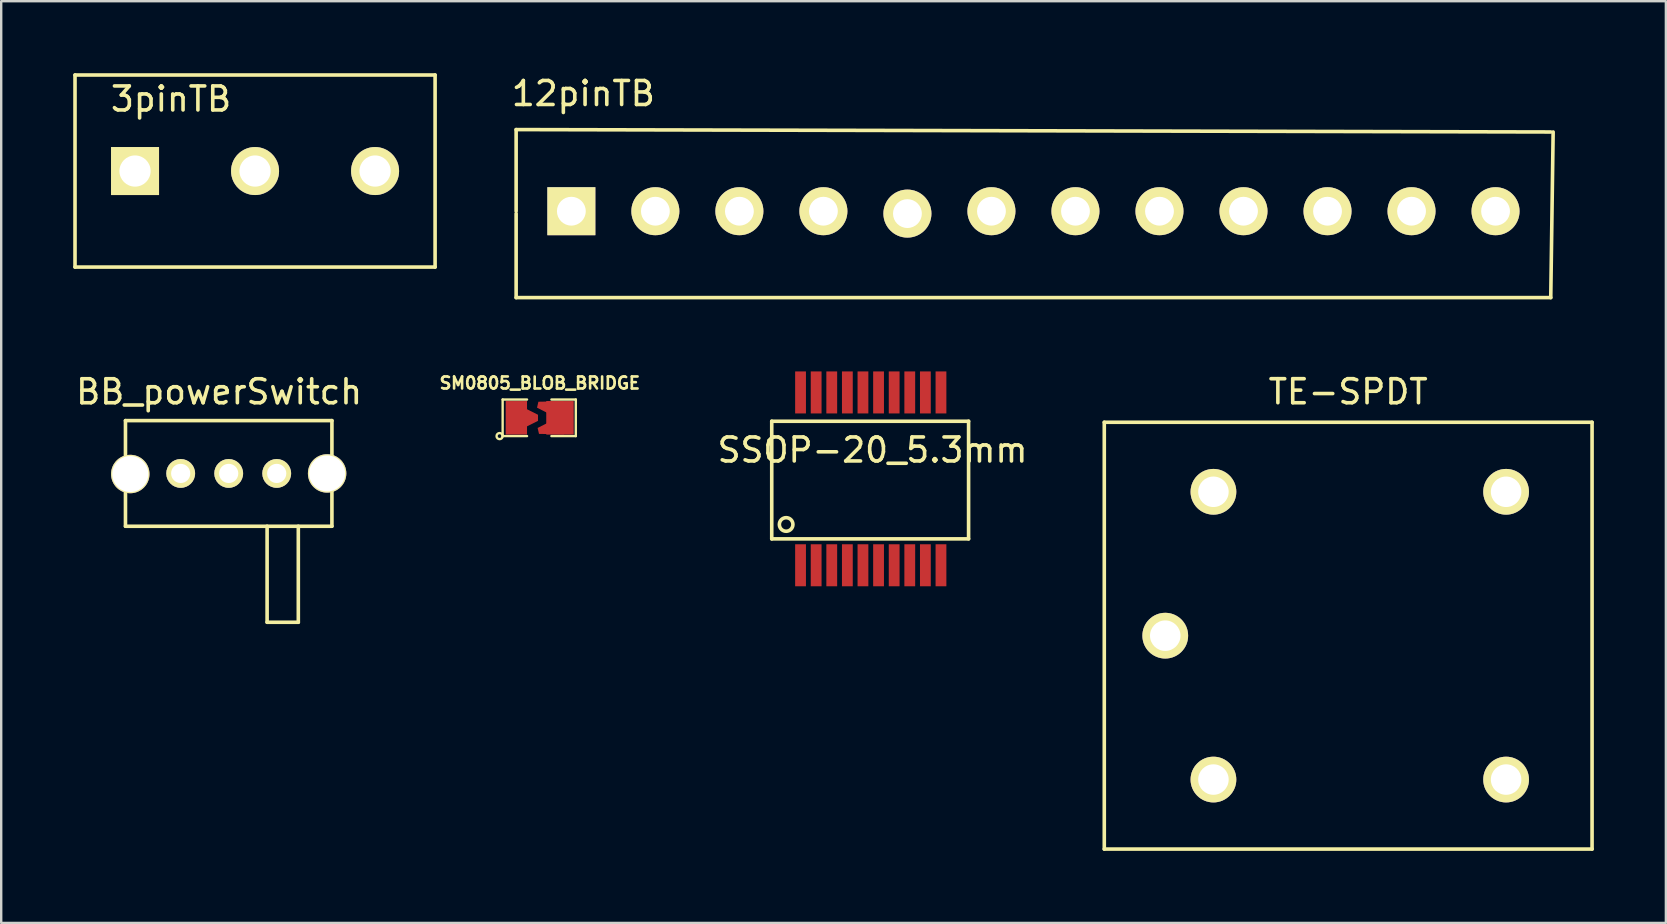
<source format=kicad_pcb>
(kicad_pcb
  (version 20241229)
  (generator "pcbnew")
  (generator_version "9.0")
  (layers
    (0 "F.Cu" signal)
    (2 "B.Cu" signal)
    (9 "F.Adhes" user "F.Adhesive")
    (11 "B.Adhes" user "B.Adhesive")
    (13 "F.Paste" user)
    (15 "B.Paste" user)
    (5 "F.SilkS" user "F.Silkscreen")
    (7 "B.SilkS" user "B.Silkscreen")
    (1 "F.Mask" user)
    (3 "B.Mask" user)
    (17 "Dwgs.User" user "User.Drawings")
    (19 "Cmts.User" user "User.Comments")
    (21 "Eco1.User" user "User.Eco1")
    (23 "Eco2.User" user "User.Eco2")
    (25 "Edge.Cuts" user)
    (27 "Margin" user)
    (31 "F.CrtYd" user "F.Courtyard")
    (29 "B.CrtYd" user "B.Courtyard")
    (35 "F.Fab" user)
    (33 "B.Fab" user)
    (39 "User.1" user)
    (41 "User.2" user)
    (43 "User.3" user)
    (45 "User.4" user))
  (footprint "BB_powerSwitch"
    (layer "F.Cu")
    (at 2.377 16.672)
    (property "Reference" "BB_powerSwitch" (at 3.7 -3.4 0) (layer "F.SilkS") (effects (font (size 1 1) (thickness 0.15))))
    (attr through_hole)
    (fp_line (start -0.2 -2.2) (end -0.2 2.2) (stroke (width 0.15) (type solid)) (layer "F.SilkS"))
    (fp_line (start -0.2 2.2) (end 8.4 2.2) (stroke (width 0.15) (type solid)) (layer "F.SilkS"))
    (fp_line (start 5.7 6.2) (end 5.7 2.2) (stroke (width 0.15) (type solid)) (layer "F.SilkS"))
    (fp_line (start 7 2.2) (end 7 6.2) (stroke (width 0.15) (type solid)) (layer "F.SilkS"))
    (fp_line (start 7 6.2) (end 5.7 6.2) (stroke (width 0.15) (type solid)) (layer "F.SilkS"))
    (fp_line (start 8.4 -2.2) (end -0.2 -2.2) (stroke (width 0.15) (type solid)) (layer "F.SilkS"))
    (fp_line (start 8.4 2.2) (end 8.4 -2.2) (stroke (width 0.15) (type solid)) (layer "F.SilkS"))
    (pad "" np_thru_hole circle (at 0 0.025) (size 1.6 1.6) (drill 1.5) (layers "*.Cu" "*.Mask" "F.SilkS"))
    (pad "" np_thru_hole circle (at 8.2 0) (size 1.6 1.6) (drill 1.5) (layers "*.Cu" "*.Mask" "F.SilkS"))
    (pad "1" thru_hole circle (at 2.1 0) (size 1.2 1.2) (drill 0.8) (layers "*.Cu" "*.Mask" "F.SilkS"))
    (pad "2" thru_hole circle (at 4.1 0) (size 1.2 1.2) (drill 0.8) (layers "*.Cu" "*.Mask" "F.SilkS"))
    (pad "3" thru_hole circle (at 6.1 0) (size 1.2 1.2) (drill 0.8) (layers "*.Cu" "*.Mask" "F.SilkS")))
  (footprint "SSOP-20_5.3mm"
    (layer "F.Cu")
    (at 30.299 20.498)
    (property "Reference" "SSOP-20_5.3mm" (at 3 -4.8 0) (layer "F.SilkS") (effects (font (size 1 1) (thickness 0.15))))
    (attr through_hole)
    (fp_line (start -1.2 -6) (end -1.2 -1.1) (stroke (width 0.15) (type solid)) (layer "F.SilkS"))
    (fp_line (start -1.2 -1.1) (end 7 -1.1) (stroke (width 0.15) (type solid)) (layer "F.SilkS"))
    (fp_line (start 7 -6) (end -1.2 -6) (stroke (width 0.15) (type solid)) (layer "F.SilkS"))
    (fp_line (start 7 -1.1) (end 7 -6) (stroke (width 0.15) (type solid)) (layer "F.SilkS"))
    (fp_circle (center -0.6 -1.7) (end -0.4 -1.5) (stroke (width 0.15) (type solid)) (fill no) (layer "F.SilkS"))
    (pad "1" smd rect (at 0 0) (size 0.45 1.75) (layers "F.Cu" "F.Mask" "F.Paste"))
    (pad "2" smd rect (at 0.65 0) (size 0.45 1.75) (layers "F.Cu" "F.Mask" "F.Paste"))
    (pad "3" smd rect (at 1.3 0) (size 0.45 1.75) (layers "F.Cu" "F.Mask" "F.Paste"))
    (pad "4" smd rect (at 1.95 0) (size 0.45 1.75) (layers "F.Cu" "F.Mask" "F.Paste"))
    (pad "5" smd rect (at 2.6 0) (size 0.45 1.75) (layers "F.Cu" "F.Mask" "F.Paste"))
    (pad "6" smd rect (at 3.25 0) (size 0.45 1.75) (layers "F.Cu" "F.Mask" "F.Paste"))
    (pad "7" smd rect (at 3.9 0) (size 0.45 1.75) (layers "F.Cu" "F.Mask" "F.Paste"))
    (pad "8" smd rect (at 4.55 0) (size 0.45 1.75) (layers "F.Cu" "F.Mask" "F.Paste"))
    (pad "9" smd rect (at 5.2 0) (size 0.45 1.75) (layers "F.Cu" "F.Mask" "F.Paste"))
    (pad "10" smd rect (at 5.85 0) (size 0.45 1.75) (layers "F.Cu" "F.Mask" "F.Paste"))
    (pad "11" smd rect (at 5.85 -7.2) (size 0.45 1.75) (layers "F.Cu" "F.Mask" "F.Paste"))
    (pad "12" smd rect (at 5.2 -7.2) (size 0.45 1.75) (layers "F.Cu" "F.Mask" "F.Paste"))
    (pad "13" smd rect (at 4.55 -7.2) (size 0.45 1.75) (layers "F.Cu" "F.Mask" "F.Paste"))
    (pad "14" smd rect (at 3.9 -7.2) (size 0.45 1.75) (layers "F.Cu" "F.Mask" "F.Paste"))
    (pad "15" smd rect (at 3.25 -7.2) (size 0.45 1.75) (layers "F.Cu" "F.Mask" "F.Paste"))
    (pad "16" smd rect (at 2.6 -7.2) (size 0.45 1.75) (layers "F.Cu" "F.Mask" "F.Paste"))
    (pad "17" smd rect (at 1.95 -7.2) (size 0.45 1.75) (layers "F.Cu" "F.Mask" "F.Paste"))
    (pad "18" smd rect (at 1.3 -7.2) (size 0.45 1.75) (layers "F.Cu" "F.Mask" "F.Paste"))
    (pad "19" smd rect (at 0.65 -7.2) (size 0.45 1.75) (layers "F.Cu" "F.Mask" "F.Paste"))
    (pad "20" smd rect (at 0 -7.2) (size 0.45 1.75) (layers "F.Cu" "F.Mask" "F.Paste")))
  (footprint "12pinTB"
    (layer "F.Cu")
    (at 20.751 5.748)
    (property "Reference" "12pinTB" (at 0.5 -4.9 0) (layer "F.SilkS") (effects (font (size 1 1) (thickness 0.15))))
    (attr through_hole)
    (fp_line (start -2.3 -3.4) (end 40.8 -3.3) (stroke (width 0.15) (type solid)) (layer "F.SilkS"))
    (fp_line (start -2.3 0) (end -2.3 -3.4) (stroke (width 0.15) (type solid)) (layer "F.SilkS"))
    (fp_line (start -2.3 3.6) (end -2.3 0.1) (stroke (width 0.15) (type solid)) (layer "F.SilkS"))
    (fp_line (start 40.8 3.6) (end -2.3 3.6) (stroke (width 0.15) (type solid)) (layer "F.SilkS"))
    (fp_line (start 40.9 -3.3) (end 40.8 3.6) (stroke (width 0.15) (type solid)) (layer "F.SilkS"))
    (pad "1" thru_hole rect (at 0 0) (size 2 2) (drill 1.2) (layers "*.Cu" "*.Mask" "F.SilkS"))
    (pad "2" thru_hole circle (at 3.5 0) (size 2 2) (drill 1.2) (layers "*.Cu" "*.Mask" "F.SilkS"))
    (pad "3" thru_hole circle (at 7 0) (size 2 2) (drill 1.2) (layers "*.Cu" "*.Mask" "F.SilkS"))
    (pad "4" thru_hole circle (at 10.5 0) (size 2 2) (drill 1.2) (layers "*.Cu" "*.Mask" "F.SilkS"))
    (pad "5" thru_hole circle (at 14 0.1) (size 2 2) (drill 1.2) (layers "*.Cu" "*.Mask" "F.SilkS"))
    (pad "6" thru_hole circle (at 17.5 0) (size 2 2) (drill 1.2) (layers "*.Cu" "*.Mask" "F.SilkS"))
    (pad "7" thru_hole circle (at 21 0) (size 2 2) (drill 1.2) (layers "*.Cu" "*.Mask" "F.SilkS"))
    (pad "8" thru_hole circle (at 24.5 0) (size 2 2) (drill 1.2) (layers "*.Cu" "*.Mask" "F.SilkS"))
    (pad "9" thru_hole circle (at 28 0) (size 2 2) (drill 1.2) (layers "*.Cu" "*.Mask" "F.SilkS"))
    (pad "10" thru_hole circle (at 31.5 0) (size 2 2) (drill 1.2) (layers "*.Cu" "*.Mask" "F.SilkS"))
    (pad "11" thru_hole circle (at 35 0) (size 2 2) (drill 1.2) (layers "*.Cu" "*.Mask" "F.SilkS"))
    (pad "12" thru_hole circle (at 38.5 0) (size 2 2) (drill 1.2) (layers "*.Cu" "*.Mask" "F.SilkS")))
  (footprint "SM0805_BLOB_BRIDGE"
    (layer "F.Cu")
    (at 19.413 14.355)
    (property "Reference" "SM0805_BLOB_BRIDGE" (at 0.025 -1.448 0) (layer "F.SilkS") (effects (font (size 0.5 0.5) (thickness 0.109))))
    (attr smd)
    (fp_line (start -1.524 -0.762) (end -0.508 -0.762) (stroke (width 0.099) (type solid)) (layer "F.SilkS"))
    (fp_line (start -1.524 0.762) (end -1.524 -0.762) (stroke (width 0.099) (type solid)) (layer "F.SilkS"))
    (fp_line (start -0.508 0.762) (end -1.524 0.762) (stroke (width 0.099) (type solid)) (layer "F.SilkS"))
    (fp_line (start 0.508 -0.762) (end 1.524 -0.762) (stroke (width 0.099) (type solid)) (layer "F.SilkS"))
    (fp_line (start 1.524 -0.762) (end 1.524 0.762) (stroke (width 0.099) (type solid)) (layer "F.SilkS"))
    (fp_line (start 1.524 0.762) (end 0.508 0.762) (stroke (width 0.099) (type solid)) (layer "F.SilkS"))
    (fp_circle (center -1.651 0.762) (end -1.651 0.635) (stroke (width 0.099) (type solid)) (fill no) (layer "F.SilkS"))
    (pad "1" smd rect (at -0.953 0) (size 0.889 1.397) (layers "F.Cu" "F.Mask" "F.Paste"))
    (pad "1" smd trapezoid (at -0.559 0) (size 1.016 0.762) (rect_delta 0.508 0) (layers "F.Cu" "F.Mask" "F.Paste"))
    (pad "2" smd trapezoid (at 0.432 -0.432 167) (size 1.016 0.508) (rect_delta 0.254 0) (layers "F.Cu" "F.Mask" "F.Paste"))
    (pad "2" smd trapezoid (at 0.457 0.432 193) (size 1.016 0.508) (rect_delta 0.254 0) (layers "F.Cu" "F.Mask" "F.Paste"))
    (pad "2" smd rect (at 0.864 0) (size 1.143 1.397) (layers "F.Cu" "F.Mask" "F.Paste")))
  (footprint "3pinTB"
    (layer "F.Cu")
    (at 2.575 4.075)
    (property "Reference" "3pinTB" (at 1.5 -3 0) (layer "F.SilkS") (effects (font (size 1 1) (thickness 0.15))))
    (attr through_hole)
    (fp_line (start -2.5 -4) (end 12.5 -4) (stroke (width 0.15) (type solid)) (layer "F.SilkS"))
    (fp_line (start -2.5 4) (end -2.5 -4) (stroke (width 0.15) (type solid)) (layer "F.SilkS"))
    (fp_line (start 12.5 -4) (end 12.5 4) (stroke (width 0.15) (type solid)) (layer "F.SilkS"))
    (fp_line (start 12.5 4) (end -2.5 4) (stroke (width 0.15) (type solid)) (layer "F.SilkS"))
    (pad "1" thru_hole rect (at 0 0) (size 2 2) (drill 1.3) (layers "*.Cu" "*.Mask" "F.SilkS"))
    (pad "2" thru_hole circle (at 5 0) (size 2 2) (drill 1.3) (layers "*.Cu" "*.Mask" "F.SilkS"))
    (pad "3" thru_hole circle (at 10 0) (size 2 2) (drill 1.3) (layers "*.Cu" "*.Mask" "F.SilkS")))
  (footprint "TE-SPDT"
    (layer "F.Cu")
    (at 45.492 23.431)
    (property "Reference" "TE-SPDT" (at 7.62 -10.16 0) (layer "F.SilkS") (effects (font (size 1 1) (thickness 0.15))))
    (attr through_hole)
    (fp_line (start -2.54 -8.89) (end -2.54 8.89) (stroke (width 0.15) (type solid)) (layer "F.SilkS"))
    (fp_line (start -2.54 8.89) (end 17.78 8.89) (stroke (width 0.15) (type solid)) (layer "F.SilkS"))
    (fp_line (start 17.78 -8.89) (end -2.54 -8.89) (stroke (width 0.15) (type solid)) (layer "F.SilkS"))
    (fp_line (start 17.78 8.89) (end 17.78 -8.89) (stroke (width 0.15) (type solid)) (layer "F.SilkS"))
    (pad "1" thru_hole circle (at 0 0) (size 1.905 1.905) (drill 1.27) (layers "*.Cu" "*.Mask" "F.SilkS"))
    (pad "2" thru_hole circle (at 2.007 -5.994) (size 1.905 1.905) (drill 1.27) (layers "*.Cu" "*.Mask" "F.SilkS"))
    (pad "3" thru_hole circle (at 14.199 -5.994) (size 1.905 1.905) (drill 1.27) (layers "*.Cu" "*.Mask" "F.SilkS"))
    (pad "4" thru_hole circle (at 14.199 5.994) (size 1.905 1.905) (drill 1.27) (layers "*.Cu" "*.Mask" "F.SilkS"))
    (pad "5" thru_hole circle (at 2.007 5.994) (size 1.905 1.905) (drill 1.27) (layers "*.Cu" "*.Mask" "F.SilkS")))
  (gr_rect
    (start -3 -3)
    (end 66.347 35.397)
    (stroke (width 0.1) (type default))
    (fill no)
    (layer "Edge.Cuts")))
</source>
